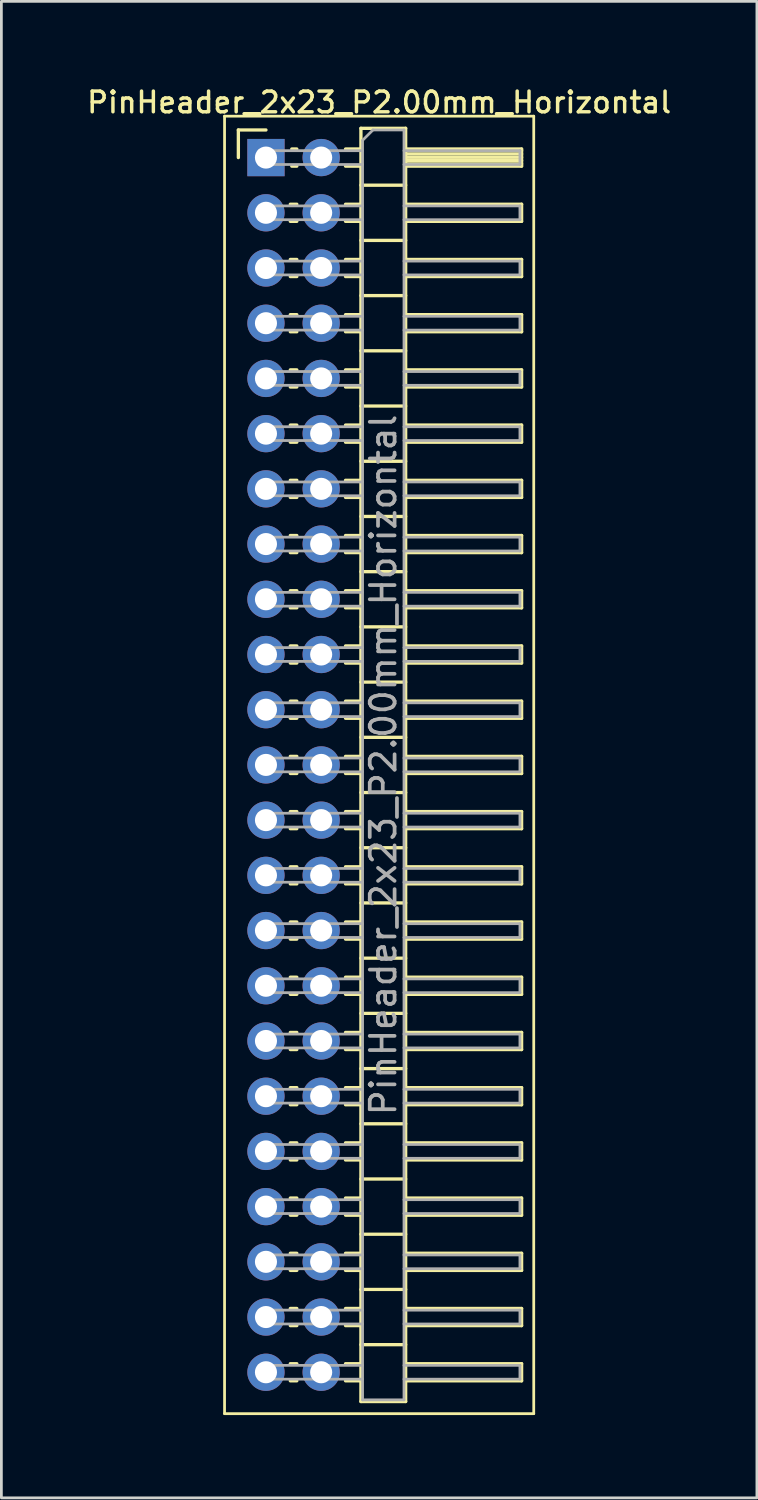
<source format=kicad_pcb>
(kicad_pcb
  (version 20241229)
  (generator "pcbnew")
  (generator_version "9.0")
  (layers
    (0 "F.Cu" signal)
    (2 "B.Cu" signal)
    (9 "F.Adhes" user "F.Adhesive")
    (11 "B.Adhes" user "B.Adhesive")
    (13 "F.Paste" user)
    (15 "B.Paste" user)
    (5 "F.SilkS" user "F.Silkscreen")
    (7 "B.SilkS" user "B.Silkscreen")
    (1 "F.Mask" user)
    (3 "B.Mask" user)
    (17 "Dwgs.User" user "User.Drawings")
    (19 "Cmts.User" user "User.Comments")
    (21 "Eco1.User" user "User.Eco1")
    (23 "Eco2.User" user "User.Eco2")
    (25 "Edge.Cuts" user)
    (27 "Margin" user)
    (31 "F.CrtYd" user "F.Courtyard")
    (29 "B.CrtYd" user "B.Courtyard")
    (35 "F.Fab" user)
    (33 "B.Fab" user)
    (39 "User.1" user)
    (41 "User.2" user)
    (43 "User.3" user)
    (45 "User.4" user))
  (footprint "PinHeader_2x23_P2.00mm_Horizontal"
    (layer "F.Cu")
    (at 6.584 2.658)
    (property "Reference" "PinHeader_2x23_P2.00mm_Horizontal" (at 4.1 -2 0) (layer "F.SilkS") (effects (font (size 0.75 0.75) (thickness 0.125))))
    (attr through_hole)
    (fp_line (start -1.5 -1.5) (end -1.5 45.5) (stroke (width 0.1) (type solid)) (layer "F.SilkS"))
    (fp_line (start -1.5 45.5) (end 9.7 45.5) (stroke (width 0.1) (type solid)) (layer "F.SilkS"))
    (fp_line (start -1 -1) (end 0 -1) (stroke (width 0.12) (type solid)) (layer "F.SilkS"))
    (fp_line (start -1 0) (end -1 -1) (stroke (width 0.12) (type solid)) (layer "F.SilkS"))
    (fp_line (start 0.882 1.69) (end 1.118 1.69) (stroke (width 0.12) (type solid)) (layer "F.SilkS"))
    (fp_line (start 0.882 2.31) (end 1.118 2.31) (stroke (width 0.12) (type solid)) (layer "F.SilkS"))
    (fp_line (start 0.882 3.69) (end 1.118 3.69) (stroke (width 0.12) (type solid)) (layer "F.SilkS"))
    (fp_line (start 0.882 4.31) (end 1.118 4.31) (stroke (width 0.12) (type solid)) (layer "F.SilkS"))
    (fp_line (start 0.882 5.69) (end 1.118 5.69) (stroke (width 0.12) (type solid)) (layer "F.SilkS"))
    (fp_line (start 0.882 6.31) (end 1.118 6.31) (stroke (width 0.12) (type solid)) (layer "F.SilkS"))
    (fp_line (start 0.882 7.69) (end 1.118 7.69) (stroke (width 0.12) (type solid)) (layer "F.SilkS"))
    (fp_line (start 0.882 8.31) (end 1.118 8.31) (stroke (width 0.12) (type solid)) (layer "F.SilkS"))
    (fp_line (start 0.882 9.69) (end 1.118 9.69) (stroke (width 0.12) (type solid)) (layer "F.SilkS"))
    (fp_line (start 0.882 10.31) (end 1.118 10.31) (stroke (width 0.12) (type solid)) (layer "F.SilkS"))
    (fp_line (start 0.882 11.69) (end 1.118 11.69) (stroke (width 0.12) (type solid)) (layer "F.SilkS"))
    (fp_line (start 0.882 12.31) (end 1.118 12.31) (stroke (width 0.12) (type solid)) (layer "F.SilkS"))
    (fp_line (start 0.882 13.69) (end 1.118 13.69) (stroke (width 0.12) (type solid)) (layer "F.SilkS"))
    (fp_line (start 0.882 14.31) (end 1.118 14.31) (stroke (width 0.12) (type solid)) (layer "F.SilkS"))
    (fp_line (start 0.882 15.69) (end 1.118 15.69) (stroke (width 0.12) (type solid)) (layer "F.SilkS"))
    (fp_line (start 0.882 16.31) (end 1.118 16.31) (stroke (width 0.12) (type solid)) (layer "F.SilkS"))
    (fp_line (start 0.882 17.69) (end 1.118 17.69) (stroke (width 0.12) (type solid)) (layer "F.SilkS"))
    (fp_line (start 0.882 18.31) (end 1.118 18.31) (stroke (width 0.12) (type solid)) (layer "F.SilkS"))
    (fp_line (start 0.882 19.69) (end 1.118 19.69) (stroke (width 0.12) (type solid)) (layer "F.SilkS"))
    (fp_line (start 0.882 20.31) (end 1.118 20.31) (stroke (width 0.12) (type solid)) (layer "F.SilkS"))
    (fp_line (start 0.882 21.69) (end 1.118 21.69) (stroke (width 0.12) (type solid)) (layer "F.SilkS"))
    (fp_line (start 0.882 22.31) (end 1.118 22.31) (stroke (width 0.12) (type solid)) (layer "F.SilkS"))
    (fp_line (start 0.882 23.69) (end 1.118 23.69) (stroke (width 0.12) (type solid)) (layer "F.SilkS"))
    (fp_line (start 0.882 24.31) (end 1.118 24.31) (stroke (width 0.12) (type solid)) (layer "F.SilkS"))
    (fp_line (start 0.882 25.69) (end 1.118 25.69) (stroke (width 0.12) (type solid)) (layer "F.SilkS"))
    (fp_line (start 0.882 26.31) (end 1.118 26.31) (stroke (width 0.12) (type solid)) (layer "F.SilkS"))
    (fp_line (start 0.882 27.69) (end 1.118 27.69) (stroke (width 0.12) (type solid)) (layer "F.SilkS"))
    (fp_line (start 0.882 28.31) (end 1.118 28.31) (stroke (width 0.12) (type solid)) (layer "F.SilkS"))
    (fp_line (start 0.882 29.69) (end 1.118 29.69) (stroke (width 0.12) (type solid)) (layer "F.SilkS"))
    (fp_line (start 0.882 30.31) (end 1.118 30.31) (stroke (width 0.12) (type solid)) (layer "F.SilkS"))
    (fp_line (start 0.882 31.69) (end 1.118 31.69) (stroke (width 0.12) (type solid)) (layer "F.SilkS"))
    (fp_line (start 0.882 32.31) (end 1.118 32.31) (stroke (width 0.12) (type solid)) (layer "F.SilkS"))
    (fp_line (start 0.882 33.69) (end 1.118 33.69) (stroke (width 0.12) (type solid)) (layer "F.SilkS"))
    (fp_line (start 0.882 34.31) (end 1.118 34.31) (stroke (width 0.12) (type solid)) (layer "F.SilkS"))
    (fp_line (start 0.882 35.69) (end 1.118 35.69) (stroke (width 0.12) (type solid)) (layer "F.SilkS"))
    (fp_line (start 0.882 36.31) (end 1.118 36.31) (stroke (width 0.12) (type solid)) (layer "F.SilkS"))
    (fp_line (start 0.882 37.69) (end 1.118 37.69) (stroke (width 0.12) (type solid)) (layer "F.SilkS"))
    (fp_line (start 0.882 38.31) (end 1.118 38.31) (stroke (width 0.12) (type solid)) (layer "F.SilkS"))
    (fp_line (start 0.882 39.69) (end 1.118 39.69) (stroke (width 0.12) (type solid)) (layer "F.SilkS"))
    (fp_line (start 0.882 40.31) (end 1.118 40.31) (stroke (width 0.12) (type solid)) (layer "F.SilkS"))
    (fp_line (start 0.882 41.69) (end 1.118 41.69) (stroke (width 0.12) (type solid)) (layer "F.SilkS"))
    (fp_line (start 0.882 42.31) (end 1.118 42.31) (stroke (width 0.12) (type solid)) (layer "F.SilkS"))
    (fp_line (start 0.882 43.69) (end 1.118 43.69) (stroke (width 0.12) (type solid)) (layer "F.SilkS"))
    (fp_line (start 0.882 44.31) (end 1.118 44.31) (stroke (width 0.12) (type solid)) (layer "F.SilkS"))
    (fp_line (start 0.935 -0.31) (end 1.118 -0.31) (stroke (width 0.12) (type solid)) (layer "F.SilkS"))
    (fp_line (start 0.935 0.31) (end 1.118 0.31) (stroke (width 0.12) (type solid)) (layer "F.SilkS"))
    (fp_line (start 2.882 -0.31) (end 3.44 -0.31) (stroke (width 0.12) (type solid)) (layer "F.SilkS"))
    (fp_line (start 2.882 0.31) (end 3.44 0.31) (stroke (width 0.12) (type solid)) (layer "F.SilkS"))
    (fp_line (start 2.882 1.69) (end 3.44 1.69) (stroke (width 0.12) (type solid)) (layer "F.SilkS"))
    (fp_line (start 2.882 2.31) (end 3.44 2.31) (stroke (width 0.12) (type solid)) (layer "F.SilkS"))
    (fp_line (start 2.882 3.69) (end 3.44 3.69) (stroke (width 0.12) (type solid)) (layer "F.SilkS"))
    (fp_line (start 2.882 4.31) (end 3.44 4.31) (stroke (width 0.12) (type solid)) (layer "F.SilkS"))
    (fp_line (start 2.882 5.69) (end 3.44 5.69) (stroke (width 0.12) (type solid)) (layer "F.SilkS"))
    (fp_line (start 2.882 6.31) (end 3.44 6.31) (stroke (width 0.12) (type solid)) (layer "F.SilkS"))
    (fp_line (start 2.882 7.69) (end 3.44 7.69) (stroke (width 0.12) (type solid)) (layer "F.SilkS"))
    (fp_line (start 2.882 8.31) (end 3.44 8.31) (stroke (width 0.12) (type solid)) (layer "F.SilkS"))
    (fp_line (start 2.882 9.69) (end 3.44 9.69) (stroke (width 0.12) (type solid)) (layer "F.SilkS"))
    (fp_line (start 2.882 10.31) (end 3.44 10.31) (stroke (width 0.12) (type solid)) (layer "F.SilkS"))
    (fp_line (start 2.882 11.69) (end 3.44 11.69) (stroke (width 0.12) (type solid)) (layer "F.SilkS"))
    (fp_line (start 2.882 12.31) (end 3.44 12.31) (stroke (width 0.12) (type solid)) (layer "F.SilkS"))
    (fp_line (start 2.882 13.69) (end 3.44 13.69) (stroke (width 0.12) (type solid)) (layer "F.SilkS"))
    (fp_line (start 2.882 14.31) (end 3.44 14.31) (stroke (width 0.12) (type solid)) (layer "F.SilkS"))
    (fp_line (start 2.882 15.69) (end 3.44 15.69) (stroke (width 0.12) (type solid)) (layer "F.SilkS"))
    (fp_line (start 2.882 16.31) (end 3.44 16.31) (stroke (width 0.12) (type solid)) (layer "F.SilkS"))
    (fp_line (start 2.882 17.69) (end 3.44 17.69) (stroke (width 0.12) (type solid)) (layer "F.SilkS"))
    (fp_line (start 2.882 18.31) (end 3.44 18.31) (stroke (width 0.12) (type solid)) (layer "F.SilkS"))
    (fp_line (start 2.882 19.69) (end 3.44 19.69) (stroke (width 0.12) (type solid)) (layer "F.SilkS"))
    (fp_line (start 2.882 20.31) (end 3.44 20.31) (stroke (width 0.12) (type solid)) (layer "F.SilkS"))
    (fp_line (start 2.882 21.69) (end 3.44 21.69) (stroke (width 0.12) (type solid)) (layer "F.SilkS"))
    (fp_line (start 2.882 22.31) (end 3.44 22.31) (stroke (width 0.12) (type solid)) (layer "F.SilkS"))
    (fp_line (start 2.882 23.69) (end 3.44 23.69) (stroke (width 0.12) (type solid)) (layer "F.SilkS"))
    (fp_line (start 2.882 24.31) (end 3.44 24.31) (stroke (width 0.12) (type solid)) (layer "F.SilkS"))
    (fp_line (start 2.882 25.69) (end 3.44 25.69) (stroke (width 0.12) (type solid)) (layer "F.SilkS"))
    (fp_line (start 2.882 26.31) (end 3.44 26.31) (stroke (width 0.12) (type solid)) (layer "F.SilkS"))
    (fp_line (start 2.882 27.69) (end 3.44 27.69) (stroke (width 0.12) (type solid)) (layer "F.SilkS"))
    (fp_line (start 2.882 28.31) (end 3.44 28.31) (stroke (width 0.12) (type solid)) (layer "F.SilkS"))
    (fp_line (start 2.882 29.69) (end 3.44 29.69) (stroke (width 0.12) (type solid)) (layer "F.SilkS"))
    (fp_line (start 2.882 30.31) (end 3.44 30.31) (stroke (width 0.12) (type solid)) (layer "F.SilkS"))
    (fp_line (start 2.882 31.69) (end 3.44 31.69) (stroke (width 0.12) (type solid)) (layer "F.SilkS"))
    (fp_line (start 2.882 32.31) (end 3.44 32.31) (stroke (width 0.12) (type solid)) (layer "F.SilkS"))
    (fp_line (start 2.882 33.69) (end 3.44 33.69) (stroke (width 0.12) (type solid)) (layer "F.SilkS"))
    (fp_line (start 2.882 34.31) (end 3.44 34.31) (stroke (width 0.12) (type solid)) (layer "F.SilkS"))
    (fp_line (start 2.882 35.69) (end 3.44 35.69) (stroke (width 0.12) (type solid)) (layer "F.SilkS"))
    (fp_line (start 2.882 36.31) (end 3.44 36.31) (stroke (width 0.12) (type solid)) (layer "F.SilkS"))
    (fp_line (start 2.882 37.69) (end 3.44 37.69) (stroke (width 0.12) (type solid)) (layer "F.SilkS"))
    (fp_line (start 2.882 38.31) (end 3.44 38.31) (stroke (width 0.12) (type solid)) (layer "F.SilkS"))
    (fp_line (start 2.882 39.69) (end 3.44 39.69) (stroke (width 0.12) (type solid)) (layer "F.SilkS"))
    (fp_line (start 2.882 40.31) (end 3.44 40.31) (stroke (width 0.12) (type solid)) (layer "F.SilkS"))
    (fp_line (start 2.882 41.69) (end 3.44 41.69) (stroke (width 0.12) (type solid)) (layer "F.SilkS"))
    (fp_line (start 2.882 42.31) (end 3.44 42.31) (stroke (width 0.12) (type solid)) (layer "F.SilkS"))
    (fp_line (start 2.882 43.69) (end 3.44 43.69) (stroke (width 0.12) (type solid)) (layer "F.SilkS"))
    (fp_line (start 2.882 44.31) (end 3.44 44.31) (stroke (width 0.12) (type solid)) (layer "F.SilkS"))
    (fp_line (start 3.44 -1.06) (end 3.44 45.06) (stroke (width 0.12) (type solid)) (layer "F.SilkS"))
    (fp_line (start 3.44 1) (end 5.06 1) (stroke (width 0.12) (type solid)) (layer "F.SilkS"))
    (fp_line (start 3.44 3) (end 5.06 3) (stroke (width 0.12) (type solid)) (layer "F.SilkS"))
    (fp_line (start 3.44 5) (end 5.06 5) (stroke (width 0.12) (type solid)) (layer "F.SilkS"))
    (fp_line (start 3.44 7) (end 5.06 7) (stroke (width 0.12) (type solid)) (layer "F.SilkS"))
    (fp_line (start 3.44 9) (end 5.06 9) (stroke (width 0.12) (type solid)) (layer "F.SilkS"))
    (fp_line (start 3.44 11) (end 5.06 11) (stroke (width 0.12) (type solid)) (layer "F.SilkS"))
    (fp_line (start 3.44 13) (end 5.06 13) (stroke (width 0.12) (type solid)) (layer "F.SilkS"))
    (fp_line (start 3.44 15) (end 5.06 15) (stroke (width 0.12) (type solid)) (layer "F.SilkS"))
    (fp_line (start 3.44 17) (end 5.06 17) (stroke (width 0.12) (type solid)) (layer "F.SilkS"))
    (fp_line (start 3.44 19) (end 5.06 19) (stroke (width 0.12) (type solid)) (layer "F.SilkS"))
    (fp_line (start 3.44 21) (end 5.06 21) (stroke (width 0.12) (type solid)) (layer "F.SilkS"))
    (fp_line (start 3.44 23) (end 5.06 23) (stroke (width 0.12) (type solid)) (layer "F.SilkS"))
    (fp_line (start 3.44 25) (end 5.06 25) (stroke (width 0.12) (type solid)) (layer "F.SilkS"))
    (fp_line (start 3.44 27) (end 5.06 27) (stroke (width 0.12) (type solid)) (layer "F.SilkS"))
    (fp_line (start 3.44 29) (end 5.06 29) (stroke (width 0.12) (type solid)) (layer "F.SilkS"))
    (fp_line (start 3.44 31) (end 5.06 31) (stroke (width 0.12) (type solid)) (layer "F.SilkS"))
    (fp_line (start 3.44 33) (end 5.06 33) (stroke (width 0.12) (type solid)) (layer "F.SilkS"))
    (fp_line (start 3.44 35) (end 5.06 35) (stroke (width 0.12) (type solid)) (layer "F.SilkS"))
    (fp_line (start 3.44 37) (end 5.06 37) (stroke (width 0.12) (type solid)) (layer "F.SilkS"))
    (fp_line (start 3.44 39) (end 5.06 39) (stroke (width 0.12) (type solid)) (layer "F.SilkS"))
    (fp_line (start 3.44 41) (end 5.06 41) (stroke (width 0.12) (type solid)) (layer "F.SilkS"))
    (fp_line (start 3.44 43) (end 5.06 43) (stroke (width 0.12) (type solid)) (layer "F.SilkS"))
    (fp_line (start 3.44 45.06) (end 5.06 45.06) (stroke (width 0.12) (type solid)) (layer "F.SilkS"))
    (fp_line (start 5.06 -1.06) (end 3.44 -1.06) (stroke (width 0.12) (type solid)) (layer "F.SilkS"))
    (fp_line (start 5.06 -0.31) (end 9.26 -0.31) (stroke (width 0.12) (type solid)) (layer "F.SilkS"))
    (fp_line (start 5.06 -0.25) (end 9.26 -0.25) (stroke (width 0.12) (type solid)) (layer "F.SilkS"))
    (fp_line (start 5.06 -0.13) (end 9.26 -0.13) (stroke (width 0.12) (type solid)) (layer "F.SilkS"))
    (fp_line (start 5.06 -0.01) (end 9.26 -0.01) (stroke (width 0.12) (type solid)) (layer "F.SilkS"))
    (fp_line (start 5.06 0.11) (end 9.26 0.11) (stroke (width 0.12) (type solid)) (layer "F.SilkS"))
    (fp_line (start 5.06 0.23) (end 9.26 0.23) (stroke (width 0.12) (type solid)) (layer "F.SilkS"))
    (fp_line (start 5.06 1.69) (end 9.26 1.69) (stroke (width 0.12) (type solid)) (layer "F.SilkS"))
    (fp_line (start 5.06 3.69) (end 9.26 3.69) (stroke (width 0.12) (type solid)) (layer "F.SilkS"))
    (fp_line (start 5.06 5.69) (end 9.26 5.69) (stroke (width 0.12) (type solid)) (layer "F.SilkS"))
    (fp_line (start 5.06 7.69) (end 9.26 7.69) (stroke (width 0.12) (type solid)) (layer "F.SilkS"))
    (fp_line (start 5.06 9.69) (end 9.26 9.69) (stroke (width 0.12) (type solid)) (layer "F.SilkS"))
    (fp_line (start 5.06 11.69) (end 9.26 11.69) (stroke (width 0.12) (type solid)) (layer "F.SilkS"))
    (fp_line (start 5.06 13.69) (end 9.26 13.69) (stroke (width 0.12) (type solid)) (layer "F.SilkS"))
    (fp_line (start 5.06 15.69) (end 9.26 15.69) (stroke (width 0.12) (type solid)) (layer "F.SilkS"))
    (fp_line (start 5.06 17.69) (end 9.26 17.69) (stroke (width 0.12) (type solid)) (layer "F.SilkS"))
    (fp_line (start 5.06 19.69) (end 9.26 19.69) (stroke (width 0.12) (type solid)) (layer "F.SilkS"))
    (fp_line (start 5.06 21.69) (end 9.26 21.69) (stroke (width 0.12) (type solid)) (layer "F.SilkS"))
    (fp_line (start 5.06 23.69) (end 9.26 23.69) (stroke (width 0.12) (type solid)) (layer "F.SilkS"))
    (fp_line (start 5.06 25.69) (end 9.26 25.69) (stroke (width 0.12) (type solid)) (layer "F.SilkS"))
    (fp_line (start 5.06 27.69) (end 9.26 27.69) (stroke (width 0.12) (type solid)) (layer "F.SilkS"))
    (fp_line (start 5.06 29.69) (end 9.26 29.69) (stroke (width 0.12) (type solid)) (layer "F.SilkS"))
    (fp_line (start 5.06 31.69) (end 9.26 31.69) (stroke (width 0.12) (type solid)) (layer "F.SilkS"))
    (fp_line (start 5.06 33.69) (end 9.26 33.69) (stroke (width 0.12) (type solid)) (layer "F.SilkS"))
    (fp_line (start 5.06 35.69) (end 9.26 35.69) (stroke (width 0.12) (type solid)) (layer "F.SilkS"))
    (fp_line (start 5.06 37.69) (end 9.26 37.69) (stroke (width 0.12) (type solid)) (layer "F.SilkS"))
    (fp_line (start 5.06 39.69) (end 9.26 39.69) (stroke (width 0.12) (type solid)) (layer "F.SilkS"))
    (fp_line (start 5.06 41.69) (end 9.26 41.69) (stroke (width 0.12) (type solid)) (layer "F.SilkS"))
    (fp_line (start 5.06 43.69) (end 9.26 43.69) (stroke (width 0.12) (type solid)) (layer "F.SilkS"))
    (fp_line (start 5.06 45.06) (end 5.06 -1.06) (stroke (width 0.12) (type solid)) (layer "F.SilkS"))
    (fp_line (start 9.26 -0.31) (end 9.26 0.31) (stroke (width 0.12) (type solid)) (layer "F.SilkS"))
    (fp_line (start 9.26 0.31) (end 5.06 0.31) (stroke (width 0.12) (type solid)) (layer "F.SilkS"))
    (fp_line (start 9.26 1.69) (end 9.26 2.31) (stroke (width 0.12) (type solid)) (layer "F.SilkS"))
    (fp_line (start 9.26 2.31) (end 5.06 2.31) (stroke (width 0.12) (type solid)) (layer "F.SilkS"))
    (fp_line (start 9.26 3.69) (end 9.26 4.31) (stroke (width 0.12) (type solid)) (layer "F.SilkS"))
    (fp_line (start 9.26 4.31) (end 5.06 4.31) (stroke (width 0.12) (type solid)) (layer "F.SilkS"))
    (fp_line (start 9.26 5.69) (end 9.26 6.31) (stroke (width 0.12) (type solid)) (layer "F.SilkS"))
    (fp_line (start 9.26 6.31) (end 5.06 6.31) (stroke (width 0.12) (type solid)) (layer "F.SilkS"))
    (fp_line (start 9.26 7.69) (end 9.26 8.31) (stroke (width 0.12) (type solid)) (layer "F.SilkS"))
    (fp_line (start 9.26 8.31) (end 5.06 8.31) (stroke (width 0.12) (type solid)) (layer "F.SilkS"))
    (fp_line (start 9.26 9.69) (end 9.26 10.31) (stroke (width 0.12) (type solid)) (layer "F.SilkS"))
    (fp_line (start 9.26 10.31) (end 5.06 10.31) (stroke (width 0.12) (type solid)) (layer "F.SilkS"))
    (fp_line (start 9.26 11.69) (end 9.26 12.31) (stroke (width 0.12) (type solid)) (layer "F.SilkS"))
    (fp_line (start 9.26 12.31) (end 5.06 12.31) (stroke (width 0.12) (type solid)) (layer "F.SilkS"))
    (fp_line (start 9.26 13.69) (end 9.26 14.31) (stroke (width 0.12) (type solid)) (layer "F.SilkS"))
    (fp_line (start 9.26 14.31) (end 5.06 14.31) (stroke (width 0.12) (type solid)) (layer "F.SilkS"))
    (fp_line (start 9.26 15.69) (end 9.26 16.31) (stroke (width 0.12) (type solid)) (layer "F.SilkS"))
    (fp_line (start 9.26 16.31) (end 5.06 16.31) (stroke (width 0.12) (type solid)) (layer "F.SilkS"))
    (fp_line (start 9.26 17.69) (end 9.26 18.31) (stroke (width 0.12) (type solid)) (layer "F.SilkS"))
    (fp_line (start 9.26 18.31) (end 5.06 18.31) (stroke (width 0.12) (type solid)) (layer "F.SilkS"))
    (fp_line (start 9.26 19.69) (end 9.26 20.31) (stroke (width 0.12) (type solid)) (layer "F.SilkS"))
    (fp_line (start 9.26 20.31) (end 5.06 20.31) (stroke (width 0.12) (type solid)) (layer "F.SilkS"))
    (fp_line (start 9.26 21.69) (end 9.26 22.31) (stroke (width 0.12) (type solid)) (layer "F.SilkS"))
    (fp_line (start 9.26 22.31) (end 5.06 22.31) (stroke (width 0.12) (type solid)) (layer "F.SilkS"))
    (fp_line (start 9.26 23.69) (end 9.26 24.31) (stroke (width 0.12) (type solid)) (layer "F.SilkS"))
    (fp_line (start 9.26 24.31) (end 5.06 24.31) (stroke (width 0.12) (type solid)) (layer "F.SilkS"))
    (fp_line (start 9.26 25.69) (end 9.26 26.31) (stroke (width 0.12) (type solid)) (layer "F.SilkS"))
    (fp_line (start 9.26 26.31) (end 5.06 26.31) (stroke (width 0.12) (type solid)) (layer "F.SilkS"))
    (fp_line (start 9.26 27.69) (end 9.26 28.31) (stroke (width 0.12) (type solid)) (layer "F.SilkS"))
    (fp_line (start 9.26 28.31) (end 5.06 28.31) (stroke (width 0.12) (type solid)) (layer "F.SilkS"))
    (fp_line (start 9.26 29.69) (end 9.26 30.31) (stroke (width 0.12) (type solid)) (layer "F.SilkS"))
    (fp_line (start 9.26 30.31) (end 5.06 30.31) (stroke (width 0.12) (type solid)) (layer "F.SilkS"))
    (fp_line (start 9.26 31.69) (end 9.26 32.31) (stroke (width 0.12) (type solid)) (layer "F.SilkS"))
    (fp_line (start 9.26 32.31) (end 5.06 32.31) (stroke (width 0.12) (type solid)) (layer "F.SilkS"))
    (fp_line (start 9.26 33.69) (end 9.26 34.31) (stroke (width 0.12) (type solid)) (layer "F.SilkS"))
    (fp_line (start 9.26 34.31) (end 5.06 34.31) (stroke (width 0.12) (type solid)) (layer "F.SilkS"))
    (fp_line (start 9.26 35.69) (end 9.26 36.31) (stroke (width 0.12) (type solid)) (layer "F.SilkS"))
    (fp_line (start 9.26 36.31) (end 5.06 36.31) (stroke (width 0.12) (type solid)) (layer "F.SilkS"))
    (fp_line (start 9.26 37.69) (end 9.26 38.31) (stroke (width 0.12) (type solid)) (layer "F.SilkS"))
    (fp_line (start 9.26 38.31) (end 5.06 38.31) (stroke (width 0.12) (type solid)) (layer "F.SilkS"))
    (fp_line (start 9.26 39.69) (end 9.26 40.31) (stroke (width 0.12) (type solid)) (layer "F.SilkS"))
    (fp_line (start 9.26 40.31) (end 5.06 40.31) (stroke (width 0.12) (type solid)) (layer "F.SilkS"))
    (fp_line (start 9.26 41.69) (end 9.26 42.31) (stroke (width 0.12) (type solid)) (layer "F.SilkS"))
    (fp_line (start 9.26 42.31) (end 5.06 42.31) (stroke (width 0.12) (type solid)) (layer "F.SilkS"))
    (fp_line (start 9.26 43.69) (end 9.26 44.31) (stroke (width 0.12) (type solid)) (layer "F.SilkS"))
    (fp_line (start 9.26 44.31) (end 5.06 44.31) (stroke (width 0.12) (type solid)) (layer "F.SilkS"))
    (fp_line (start 9.7 -1.5) (end -1.5 -1.5) (stroke (width 0.1) (type solid)) (layer "F.SilkS"))
    (fp_line (start 9.7 45.5) (end 9.7 -1.5) (stroke (width 0.1) (type solid)) (layer "F.SilkS"))
    (fp_line (start -0.25 -0.25) (end -0.25 0.25) (stroke (width 0.1) (type solid)) (layer "F.Fab"))
    (fp_line (start -0.25 -0.25) (end 3.5 -0.25) (stroke (width 0.1) (type solid)) (layer "F.Fab"))
    (fp_line (start -0.25 0.25) (end 3.5 0.25) (stroke (width 0.1) (type solid)) (layer "F.Fab"))
    (fp_line (start -0.25 1.75) (end -0.25 2.25) (stroke (width 0.1) (type solid)) (layer "F.Fab"))
    (fp_line (start -0.25 1.75) (end 3.5 1.75) (stroke (width 0.1) (type solid)) (layer "F.Fab"))
    (fp_line (start -0.25 2.25) (end 3.5 2.25) (stroke (width 0.1) (type solid)) (layer "F.Fab"))
    (fp_line (start -0.25 3.75) (end -0.25 4.25) (stroke (width 0.1) (type solid)) (layer "F.Fab"))
    (fp_line (start -0.25 3.75) (end 3.5 3.75) (stroke (width 0.1) (type solid)) (layer "F.Fab"))
    (fp_line (start -0.25 4.25) (end 3.5 4.25) (stroke (width 0.1) (type solid)) (layer "F.Fab"))
    (fp_line (start -0.25 5.75) (end -0.25 6.25) (stroke (width 0.1) (type solid)) (layer "F.Fab"))
    (fp_line (start -0.25 5.75) (end 3.5 5.75) (stroke (width 0.1) (type solid)) (layer "F.Fab"))
    (fp_line (start -0.25 6.25) (end 3.5 6.25) (stroke (width 0.1) (type solid)) (layer "F.Fab"))
    (fp_line (start -0.25 7.75) (end -0.25 8.25) (stroke (width 0.1) (type solid)) (layer "F.Fab"))
    (fp_line (start -0.25 7.75) (end 3.5 7.75) (stroke (width 0.1) (type solid)) (layer "F.Fab"))
    (fp_line (start -0.25 8.25) (end 3.5 8.25) (stroke (width 0.1) (type solid)) (layer "F.Fab"))
    (fp_line (start -0.25 9.75) (end -0.25 10.25) (stroke (width 0.1) (type solid)) (layer "F.Fab"))
    (fp_line (start -0.25 9.75) (end 3.5 9.75) (stroke (width 0.1) (type solid)) (layer "F.Fab"))
    (fp_line (start -0.25 10.25) (end 3.5 10.25) (stroke (width 0.1) (type solid)) (layer "F.Fab"))
    (fp_line (start -0.25 11.75) (end -0.25 12.25) (stroke (width 0.1) (type solid)) (layer "F.Fab"))
    (fp_line (start -0.25 11.75) (end 3.5 11.75) (stroke (width 0.1) (type solid)) (layer "F.Fab"))
    (fp_line (start -0.25 12.25) (end 3.5 12.25) (stroke (width 0.1) (type solid)) (layer "F.Fab"))
    (fp_line (start -0.25 13.75) (end -0.25 14.25) (stroke (width 0.1) (type solid)) (layer "F.Fab"))
    (fp_line (start -0.25 13.75) (end 3.5 13.75) (stroke (width 0.1) (type solid)) (layer "F.Fab"))
    (fp_line (start -0.25 14.25) (end 3.5 14.25) (stroke (width 0.1) (type solid)) (layer "F.Fab"))
    (fp_line (start -0.25 15.75) (end -0.25 16.25) (stroke (width 0.1) (type solid)) (layer "F.Fab"))
    (fp_line (start -0.25 15.75) (end 3.5 15.75) (stroke (width 0.1) (type solid)) (layer "F.Fab"))
    (fp_line (start -0.25 16.25) (end 3.5 16.25) (stroke (width 0.1) (type solid)) (layer "F.Fab"))
    (fp_line (start -0.25 17.75) (end -0.25 18.25) (stroke (width 0.1) (type solid)) (layer "F.Fab"))
    (fp_line (start -0.25 17.75) (end 3.5 17.75) (stroke (width 0.1) (type solid)) (layer "F.Fab"))
    (fp_line (start -0.25 18.25) (end 3.5 18.25) (stroke (width 0.1) (type solid)) (layer "F.Fab"))
    (fp_line (start -0.25 19.75) (end -0.25 20.25) (stroke (width 0.1) (type solid)) (layer "F.Fab"))
    (fp_line (start -0.25 19.75) (end 3.5 19.75) (stroke (width 0.1) (type solid)) (layer "F.Fab"))
    (fp_line (start -0.25 20.25) (end 3.5 20.25) (stroke (width 0.1) (type solid)) (layer "F.Fab"))
    (fp_line (start -0.25 21.75) (end -0.25 22.25) (stroke (width 0.1) (type solid)) (layer "F.Fab"))
    (fp_line (start -0.25 21.75) (end 3.5 21.75) (stroke (width 0.1) (type solid)) (layer "F.Fab"))
    (fp_line (start -0.25 22.25) (end 3.5 22.25) (stroke (width 0.1) (type solid)) (layer "F.Fab"))
    (fp_line (start -0.25 23.75) (end -0.25 24.25) (stroke (width 0.1) (type solid)) (layer "F.Fab"))
    (fp_line (start -0.25 23.75) (end 3.5 23.75) (stroke (width 0.1) (type solid)) (layer "F.Fab"))
    (fp_line (start -0.25 24.25) (end 3.5 24.25) (stroke (width 0.1) (type solid)) (layer "F.Fab"))
    (fp_line (start -0.25 25.75) (end -0.25 26.25) (stroke (width 0.1) (type solid)) (layer "F.Fab"))
    (fp_line (start -0.25 25.75) (end 3.5 25.75) (stroke (width 0.1) (type solid)) (layer "F.Fab"))
    (fp_line (start -0.25 26.25) (end 3.5 26.25) (stroke (width 0.1) (type solid)) (layer "F.Fab"))
    (fp_line (start -0.25 27.75) (end -0.25 28.25) (stroke (width 0.1) (type solid)) (layer "F.Fab"))
    (fp_line (start -0.25 27.75) (end 3.5 27.75) (stroke (width 0.1) (type solid)) (layer "F.Fab"))
    (fp_line (start -0.25 28.25) (end 3.5 28.25) (stroke (width 0.1) (type solid)) (layer "F.Fab"))
    (fp_line (start -0.25 29.75) (end -0.25 30.25) (stroke (width 0.1) (type solid)) (layer "F.Fab"))
    (fp_line (start -0.25 29.75) (end 3.5 29.75) (stroke (width 0.1) (type solid)) (layer "F.Fab"))
    (fp_line (start -0.25 30.25) (end 3.5 30.25) (stroke (width 0.1) (type solid)) (layer "F.Fab"))
    (fp_line (start -0.25 31.75) (end -0.25 32.25) (stroke (width 0.1) (type solid)) (layer "F.Fab"))
    (fp_line (start -0.25 31.75) (end 3.5 31.75) (stroke (width 0.1) (type solid)) (layer "F.Fab"))
    (fp_line (start -0.25 32.25) (end 3.5 32.25) (stroke (width 0.1) (type solid)) (layer "F.Fab"))
    (fp_line (start -0.25 33.75) (end -0.25 34.25) (stroke (width 0.1) (type solid)) (layer "F.Fab"))
    (fp_line (start -0.25 33.75) (end 3.5 33.75) (stroke (width 0.1) (type solid)) (layer "F.Fab"))
    (fp_line (start -0.25 34.25) (end 3.5 34.25) (stroke (width 0.1) (type solid)) (layer "F.Fab"))
    (fp_line (start -0.25 35.75) (end -0.25 36.25) (stroke (width 0.1) (type solid)) (layer "F.Fab"))
    (fp_line (start -0.25 35.75) (end 3.5 35.75) (stroke (width 0.1) (type solid)) (layer "F.Fab"))
    (fp_line (start -0.25 36.25) (end 3.5 36.25) (stroke (width 0.1) (type solid)) (layer "F.Fab"))
    (fp_line (start -0.25 37.75) (end -0.25 38.25) (stroke (width 0.1) (type solid)) (layer "F.Fab"))
    (fp_line (start -0.25 37.75) (end 3.5 37.75) (stroke (width 0.1) (type solid)) (layer "F.Fab"))
    (fp_line (start -0.25 38.25) (end 3.5 38.25) (stroke (width 0.1) (type solid)) (layer "F.Fab"))
    (fp_line (start -0.25 39.75) (end -0.25 40.25) (stroke (width 0.1) (type solid)) (layer "F.Fab"))
    (fp_line (start -0.25 39.75) (end 3.5 39.75) (stroke (width 0.1) (type solid)) (layer "F.Fab"))
    (fp_line (start -0.25 40.25) (end 3.5 40.25) (stroke (width 0.1) (type solid)) (layer "F.Fab"))
    (fp_line (start -0.25 41.75) (end -0.25 42.25) (stroke (width 0.1) (type solid)) (layer "F.Fab"))
    (fp_line (start -0.25 41.75) (end 3.5 41.75) (stroke (width 0.1) (type solid)) (layer "F.Fab"))
    (fp_line (start -0.25 42.25) (end 3.5 42.25) (stroke (width 0.1) (type solid)) (layer "F.Fab"))
    (fp_line (start -0.25 43.75) (end -0.25 44.25) (stroke (width 0.1) (type solid)) (layer "F.Fab"))
    (fp_line (start -0.25 43.75) (end 3.5 43.75) (stroke (width 0.1) (type solid)) (layer "F.Fab"))
    (fp_line (start -0.25 44.25) (end 3.5 44.25) (stroke (width 0.1) (type solid)) (layer "F.Fab"))
    (fp_line (start 3.5 -0.625) (end 3.875 -1) (stroke (width 0.1) (type solid)) (layer "F.Fab"))
    (fp_line (start 3.5 45) (end 3.5 -0.625) (stroke (width 0.1) (type solid)) (layer "F.Fab"))
    (fp_line (start 3.875 -1) (end 5 -1) (stroke (width 0.1) (type solid)) (layer "F.Fab"))
    (fp_line (start 5 -1) (end 5 45) (stroke (width 0.1) (type solid)) (layer "F.Fab"))
    (fp_line (start 5 -0.25) (end 9.2 -0.25) (stroke (width 0.1) (type solid)) (layer "F.Fab"))
    (fp_line (start 5 0.25) (end 9.2 0.25) (stroke (width 0.1) (type solid)) (layer "F.Fab"))
    (fp_line (start 5 1.75) (end 9.2 1.75) (stroke (width 0.1) (type solid)) (layer "F.Fab"))
    (fp_line (start 5 2.25) (end 9.2 2.25) (stroke (width 0.1) (type solid)) (layer "F.Fab"))
    (fp_line (start 5 3.75) (end 9.2 3.75) (stroke (width 0.1) (type solid)) (layer "F.Fab"))
    (fp_line (start 5 4.25) (end 9.2 4.25) (stroke (width 0.1) (type solid)) (layer "F.Fab"))
    (fp_line (start 5 5.75) (end 9.2 5.75) (stroke (width 0.1) (type solid)) (layer "F.Fab"))
    (fp_line (start 5 6.25) (end 9.2 6.25) (stroke (width 0.1) (type solid)) (layer "F.Fab"))
    (fp_line (start 5 7.75) (end 9.2 7.75) (stroke (width 0.1) (type solid)) (layer "F.Fab"))
    (fp_line (start 5 8.25) (end 9.2 8.25) (stroke (width 0.1) (type solid)) (layer "F.Fab"))
    (fp_line (start 5 9.75) (end 9.2 9.75) (stroke (width 0.1) (type solid)) (layer "F.Fab"))
    (fp_line (start 5 10.25) (end 9.2 10.25) (stroke (width 0.1) (type solid)) (layer "F.Fab"))
    (fp_line (start 5 11.75) (end 9.2 11.75) (stroke (width 0.1) (type solid)) (layer "F.Fab"))
    (fp_line (start 5 12.25) (end 9.2 12.25) (stroke (width 0.1) (type solid)) (layer "F.Fab"))
    (fp_line (start 5 13.75) (end 9.2 13.75) (stroke (width 0.1) (type solid)) (layer "F.Fab"))
    (fp_line (start 5 14.25) (end 9.2 14.25) (stroke (width 0.1) (type solid)) (layer "F.Fab"))
    (fp_line (start 5 15.75) (end 9.2 15.75) (stroke (width 0.1) (type solid)) (layer "F.Fab"))
    (fp_line (start 5 16.25) (end 9.2 16.25) (stroke (width 0.1) (type solid)) (layer "F.Fab"))
    (fp_line (start 5 17.75) (end 9.2 17.75) (stroke (width 0.1) (type solid)) (layer "F.Fab"))
    (fp_line (start 5 18.25) (end 9.2 18.25) (stroke (width 0.1) (type solid)) (layer "F.Fab"))
    (fp_line (start 5 19.75) (end 9.2 19.75) (stroke (width 0.1) (type solid)) (layer "F.Fab"))
    (fp_line (start 5 20.25) (end 9.2 20.25) (stroke (width 0.1) (type solid)) (layer "F.Fab"))
    (fp_line (start 5 21.75) (end 9.2 21.75) (stroke (width 0.1) (type solid)) (layer "F.Fab"))
    (fp_line (start 5 22.25) (end 9.2 22.25) (stroke (width 0.1) (type solid)) (layer "F.Fab"))
    (fp_line (start 5 23.75) (end 9.2 23.75) (stroke (width 0.1) (type solid)) (layer "F.Fab"))
    (fp_line (start 5 24.25) (end 9.2 24.25) (stroke (width 0.1) (type solid)) (layer "F.Fab"))
    (fp_line (start 5 25.75) (end 9.2 25.75) (stroke (width 0.1) (type solid)) (layer "F.Fab"))
    (fp_line (start 5 26.25) (end 9.2 26.25) (stroke (width 0.1) (type solid)) (layer "F.Fab"))
    (fp_line (start 5 27.75) (end 9.2 27.75) (stroke (width 0.1) (type solid)) (layer "F.Fab"))
    (fp_line (start 5 28.25) (end 9.2 28.25) (stroke (width 0.1) (type solid)) (layer "F.Fab"))
    (fp_line (start 5 29.75) (end 9.2 29.75) (stroke (width 0.1) (type solid)) (layer "F.Fab"))
    (fp_line (start 5 30.25) (end 9.2 30.25) (stroke (width 0.1) (type solid)) (layer "F.Fab"))
    (fp_line (start 5 31.75) (end 9.2 31.75) (stroke (width 0.1) (type solid)) (layer "F.Fab"))
    (fp_line (start 5 32.25) (end 9.2 32.25) (stroke (width 0.1) (type solid)) (layer "F.Fab"))
    (fp_line (start 5 33.75) (end 9.2 33.75) (stroke (width 0.1) (type solid)) (layer "F.Fab"))
    (fp_line (start 5 34.25) (end 9.2 34.25) (stroke (width 0.1) (type solid)) (layer "F.Fab"))
    (fp_line (start 5 35.75) (end 9.2 35.75) (stroke (width 0.1) (type solid)) (layer "F.Fab"))
    (fp_line (start 5 36.25) (end 9.2 36.25) (stroke (width 0.1) (type solid)) (layer "F.Fab"))
    (fp_line (start 5 37.75) (end 9.2 37.75) (stroke (width 0.1) (type solid)) (layer "F.Fab"))
    (fp_line (start 5 38.25) (end 9.2 38.25) (stroke (width 0.1) (type solid)) (layer "F.Fab"))
    (fp_line (start 5 39.75) (end 9.2 39.75) (stroke (width 0.1) (type solid)) (layer "F.Fab"))
    (fp_line (start 5 40.25) (end 9.2 40.25) (stroke (width 0.1) (type solid)) (layer "F.Fab"))
    (fp_line (start 5 41.75) (end 9.2 41.75) (stroke (width 0.1) (type solid)) (layer "F.Fab"))
    (fp_line (start 5 42.25) (end 9.2 42.25) (stroke (width 0.1) (type solid)) (layer "F.Fab"))
    (fp_line (start 5 43.75) (end 9.2 43.75) (stroke (width 0.1) (type solid)) (layer "F.Fab"))
    (fp_line (start 5 44.25) (end 9.2 44.25) (stroke (width 0.1) (type solid)) (layer "F.Fab"))
    (fp_line (start 5 45) (end 3.5 45) (stroke (width 0.1) (type solid)) (layer "F.Fab"))
    (fp_line (start 9.2 -0.25) (end 9.2 0.25) (stroke (width 0.1) (type solid)) (layer "F.Fab"))
    (fp_line (start 9.2 1.75) (end 9.2 2.25) (stroke (width 0.1) (type solid)) (layer "F.Fab"))
    (fp_line (start 9.2 3.75) (end 9.2 4.25) (stroke (width 0.1) (type solid)) (layer "F.Fab"))
    (fp_line (start 9.2 5.75) (end 9.2 6.25) (stroke (width 0.1) (type solid)) (layer "F.Fab"))
    (fp_line (start 9.2 7.75) (end 9.2 8.25) (stroke (width 0.1) (type solid)) (layer "F.Fab"))
    (fp_line (start 9.2 9.75) (end 9.2 10.25) (stroke (width 0.1) (type solid)) (layer "F.Fab"))
    (fp_line (start 9.2 11.75) (end 9.2 12.25) (stroke (width 0.1) (type solid)) (layer "F.Fab"))
    (fp_line (start 9.2 13.75) (end 9.2 14.25) (stroke (width 0.1) (type solid)) (layer "F.Fab"))
    (fp_line (start 9.2 15.75) (end 9.2 16.25) (stroke (width 0.1) (type solid)) (layer "F.Fab"))
    (fp_line (start 9.2 17.75) (end 9.2 18.25) (stroke (width 0.1) (type solid)) (layer "F.Fab"))
    (fp_line (start 9.2 19.75) (end 9.2 20.25) (stroke (width 0.1) (type solid)) (layer "F.Fab"))
    (fp_line (start 9.2 21.75) (end 9.2 22.25) (stroke (width 0.1) (type solid)) (layer "F.Fab"))
    (fp_line (start 9.2 23.75) (end 9.2 24.25) (stroke (width 0.1) (type solid)) (layer "F.Fab"))
    (fp_line (start 9.2 25.75) (end 9.2 26.25) (stroke (width 0.1) (type solid)) (layer "F.Fab"))
    (fp_line (start 9.2 27.75) (end 9.2 28.25) (stroke (width 0.1) (type solid)) (layer "F.Fab"))
    (fp_line (start 9.2 29.75) (end 9.2 30.25) (stroke (width 0.1) (type solid)) (layer "F.Fab"))
    (fp_line (start 9.2 31.75) (end 9.2 32.25) (stroke (width 0.1) (type solid)) (layer "F.Fab"))
    (fp_line (start 9.2 33.75) (end 9.2 34.25) (stroke (width 0.1) (type solid)) (layer "F.Fab"))
    (fp_line (start 9.2 35.75) (end 9.2 36.25) (stroke (width 0.1) (type solid)) (layer "F.Fab"))
    (fp_line (start 9.2 37.75) (end 9.2 38.25) (stroke (width 0.1) (type solid)) (layer "F.Fab"))
    (fp_line (start 9.2 39.75) (end 9.2 40.25) (stroke (width 0.1) (type solid)) (layer "F.Fab"))
    (fp_line (start 9.2 41.75) (end 9.2 42.25) (stroke (width 0.1) (type solid)) (layer "F.Fab"))
    (fp_line (start 9.2 43.75) (end 9.2 44.25) (stroke (width 0.1) (type solid)) (layer "F.Fab"))
    (fp_text user "${REFERENCE}" (at 4.25 22 90) (layer "F.Fab") (effects (font (size 0.9 0.9) (thickness 0.135))))
    (pad "1" thru_hole rect (at 0 0) (size 1.35 1.35) (drill 0.8) (layers "*.Cu" "*.Mask"))
    (pad "2" thru_hole oval (at 2 0) (size 1.35 1.35) (drill 0.8) (layers "*.Cu" "*.Mask"))
    (pad "3" thru_hole oval (at 0 2) (size 1.35 1.35) (drill 0.8) (layers "*.Cu" "*.Mask"))
    (pad "4" thru_hole oval (at 2 2) (size 1.35 1.35) (drill 0.8) (layers "*.Cu" "*.Mask"))
    (pad "5" thru_hole oval (at 0 4) (size 1.35 1.35) (drill 0.8) (layers "*.Cu" "*.Mask"))
    (pad "6" thru_hole oval (at 2 4) (size 1.35 1.35) (drill 0.8) (layers "*.Cu" "*.Mask"))
    (pad "7" thru_hole oval (at 0 6) (size 1.35 1.35) (drill 0.8) (layers "*.Cu" "*.Mask"))
    (pad "8" thru_hole oval (at 2 6) (size 1.35 1.35) (drill 0.8) (layers "*.Cu" "*.Mask"))
    (pad "9" thru_hole oval (at 0 8) (size 1.35 1.35) (drill 0.8) (layers "*.Cu" "*.Mask"))
    (pad "10" thru_hole oval (at 2 8) (size 1.35 1.35) (drill 0.8) (layers "*.Cu" "*.Mask"))
    (pad "11" thru_hole oval (at 0 10) (size 1.35 1.35) (drill 0.8) (layers "*.Cu" "*.Mask"))
    (pad "12" thru_hole oval (at 2 10) (size 1.35 1.35) (drill 0.8) (layers "*.Cu" "*.Mask"))
    (pad "13" thru_hole oval (at 0 12) (size 1.35 1.35) (drill 0.8) (layers "*.Cu" "*.Mask"))
    (pad "14" thru_hole oval (at 2 12) (size 1.35 1.35) (drill 0.8) (layers "*.Cu" "*.Mask"))
    (pad "15" thru_hole oval (at 0 14) (size 1.35 1.35) (drill 0.8) (layers "*.Cu" "*.Mask"))
    (pad "16" thru_hole oval (at 2 14) (size 1.35 1.35) (drill 0.8) (layers "*.Cu" "*.Mask"))
    (pad "17" thru_hole oval (at 0 16) (size 1.35 1.35) (drill 0.8) (layers "*.Cu" "*.Mask"))
    (pad "18" thru_hole oval (at 2 16) (size 1.35 1.35) (drill 0.8) (layers "*.Cu" "*.Mask"))
    (pad "19" thru_hole oval (at 0 18) (size 1.35 1.35) (drill 0.8) (layers "*.Cu" "*.Mask"))
    (pad "20" thru_hole oval (at 2 18) (size 1.35 1.35) (drill 0.8) (layers "*.Cu" "*.Mask"))
    (pad "21" thru_hole oval (at 0 20) (size 1.35 1.35) (drill 0.8) (layers "*.Cu" "*.Mask"))
    (pad "22" thru_hole oval (at 2 20) (size 1.35 1.35) (drill 0.8) (layers "*.Cu" "*.Mask"))
    (pad "23" thru_hole oval (at 0 22) (size 1.35 1.35) (drill 0.8) (layers "*.Cu" "*.Mask"))
    (pad "24" thru_hole oval (at 2 22) (size 1.35 1.35) (drill 0.8) (layers "*.Cu" "*.Mask"))
    (pad "25" thru_hole oval (at 0 24) (size 1.35 1.35) (drill 0.8) (layers "*.Cu" "*.Mask"))
    (pad "26" thru_hole oval (at 2 24) (size 1.35 1.35) (drill 0.8) (layers "*.Cu" "*.Mask"))
    (pad "27" thru_hole oval (at 0 26) (size 1.35 1.35) (drill 0.8) (layers "*.Cu" "*.Mask"))
    (pad "28" thru_hole oval (at 2 26) (size 1.35 1.35) (drill 0.8) (layers "*.Cu" "*.Mask"))
    (pad "29" thru_hole oval (at 0 28) (size 1.35 1.35) (drill 0.8) (layers "*.Cu" "*.Mask"))
    (pad "30" thru_hole oval (at 2 28) (size 1.35 1.35) (drill 0.8) (layers "*.Cu" "*.Mask"))
    (pad "31" thru_hole oval (at 0 30) (size 1.35 1.35) (drill 0.8) (layers "*.Cu" "*.Mask"))
    (pad "32" thru_hole oval (at 2 30) (size 1.35 1.35) (drill 0.8) (layers "*.Cu" "*.Mask"))
    (pad "33" thru_hole oval (at 0 32) (size 1.35 1.35) (drill 0.8) (layers "*.Cu" "*.Mask"))
    (pad "34" thru_hole oval (at 2 32) (size 1.35 1.35) (drill 0.8) (layers "*.Cu" "*.Mask"))
    (pad "35" thru_hole oval (at 0 34) (size 1.35 1.35) (drill 0.8) (layers "*.Cu" "*.Mask"))
    (pad "36" thru_hole oval (at 2 34) (size 1.35 1.35) (drill 0.8) (layers "*.Cu" "*.Mask"))
    (pad "37" thru_hole oval (at 0 36) (size 1.35 1.35) (drill 0.8) (layers "*.Cu" "*.Mask"))
    (pad "38" thru_hole oval (at 2 36) (size 1.35 1.35) (drill 0.8) (layers "*.Cu" "*.Mask"))
    (pad "39" thru_hole oval (at 0 38) (size 1.35 1.35) (drill 0.8) (layers "*.Cu" "*.Mask"))
    (pad "40" thru_hole oval (at 2 38) (size 1.35 1.35) (drill 0.8) (layers "*.Cu" "*.Mask"))
    (pad "41" thru_hole oval (at 0 40) (size 1.35 1.35) (drill 0.8) (layers "*.Cu" "*.Mask"))
    (pad "42" thru_hole oval (at 2 40) (size 1.35 1.35) (drill 0.8) (layers "*.Cu" "*.Mask"))
    (pad "43" thru_hole oval (at 0 42) (size 1.35 1.35) (drill 0.8) (layers "*.Cu" "*.Mask"))
    (pad "44" thru_hole oval (at 2 42) (size 1.35 1.35) (drill 0.8) (layers "*.Cu" "*.Mask"))
    (pad "45" thru_hole oval (at 0 44) (size 1.35 1.35) (drill 0.8) (layers "*.Cu" "*.Mask"))
    (pad "46" thru_hole oval (at 2 44) (size 1.35 1.35) (drill 0.8) (layers "*.Cu" "*.Mask")))
  (gr_rect
    (start -3 -3)
    (end 24.368 51.208)
    (stroke (width 0.1) (type default))
    (fill no)
    (layer "Edge.Cuts")))
</source>
